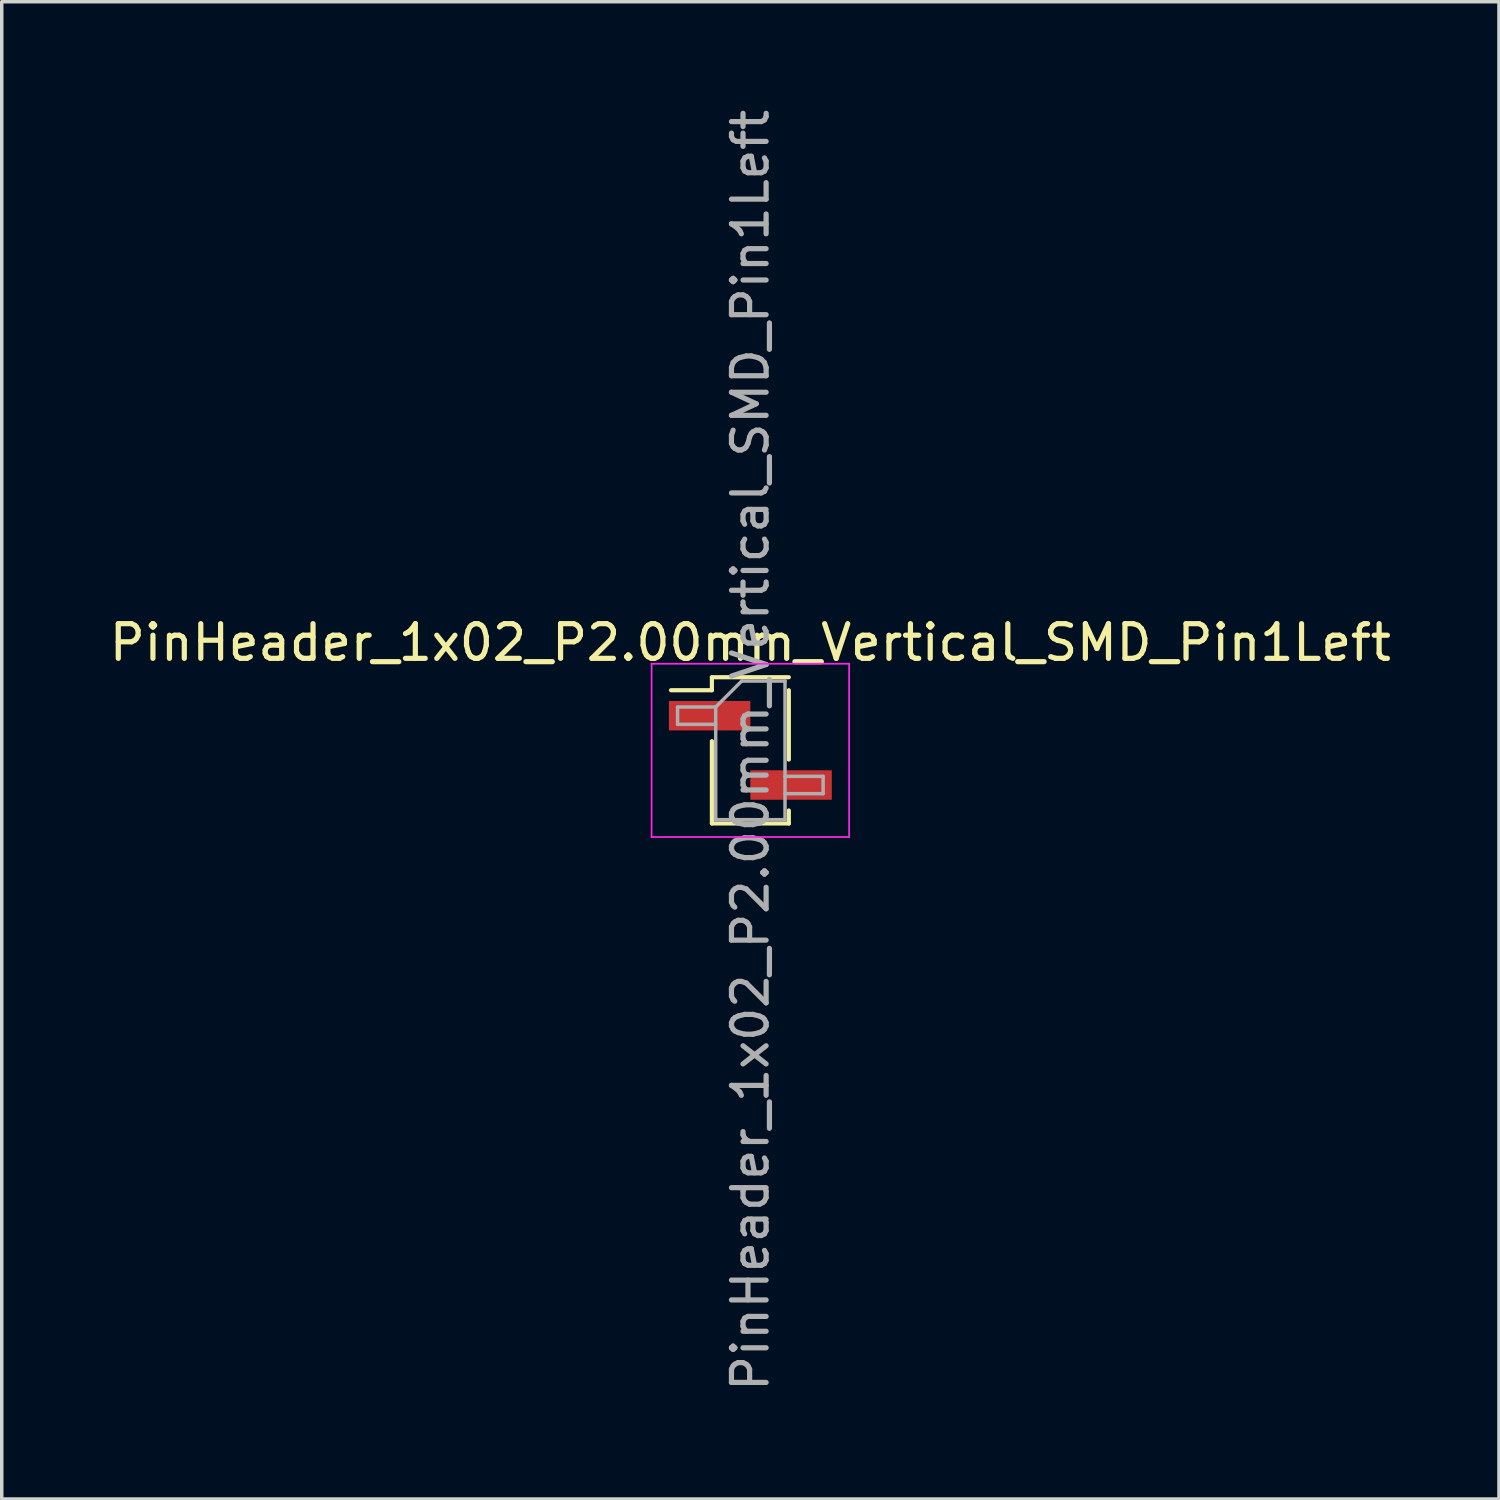
<source format=kicad_pcb>
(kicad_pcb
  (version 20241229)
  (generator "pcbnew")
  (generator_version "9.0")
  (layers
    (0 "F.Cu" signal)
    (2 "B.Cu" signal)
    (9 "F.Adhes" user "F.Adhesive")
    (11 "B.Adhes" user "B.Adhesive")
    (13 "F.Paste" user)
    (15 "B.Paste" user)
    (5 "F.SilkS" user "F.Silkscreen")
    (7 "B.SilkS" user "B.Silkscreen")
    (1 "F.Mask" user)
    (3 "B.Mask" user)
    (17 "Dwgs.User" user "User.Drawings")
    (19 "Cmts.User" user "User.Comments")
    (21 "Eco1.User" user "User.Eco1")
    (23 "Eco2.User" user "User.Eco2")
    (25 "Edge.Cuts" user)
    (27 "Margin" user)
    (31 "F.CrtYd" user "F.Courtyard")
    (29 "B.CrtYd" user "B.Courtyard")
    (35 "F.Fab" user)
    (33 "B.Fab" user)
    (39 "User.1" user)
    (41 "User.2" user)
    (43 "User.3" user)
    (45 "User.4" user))
  (footprint "PinHeader_1x02_P2.00mm_Vertical_SMD_Pin1Left"
    (layer "F.Cu")
    (at 18.601 18.601)
    (property "Reference" "PinHeader_1x02_P2.00mm_Vertical_SMD_Pin1Left" (at 0 -3.11 0) (layer "F.SilkS") (effects (font (size 1 1) (thickness 0.15))))
    (attr smd)
    (fp_line (start -1.11 -2.11) (end -1.11 -1.735) (stroke (width 0.12) (type solid)) (layer "F.SilkS"))
    (fp_line (start -1.11 -2.11) (end 1.11 -2.11) (stroke (width 0.12) (type solid)) (layer "F.SilkS"))
    (fp_line (start -1.11 -1.735) (end -2.29 -1.735) (stroke (width 0.12) (type solid)) (layer "F.SilkS"))
    (fp_line (start -1.11 -0.265) (end -1.11 2.11) (stroke (width 0.12) (type solid)) (layer "F.SilkS"))
    (fp_line (start -1.11 2.11) (end 1.11 2.11) (stroke (width 0.12) (type solid)) (layer "F.SilkS"))
    (fp_line (start 1.11 -1.735) (end 1.11 0.265) (stroke (width 0.12) (type solid)) (layer "F.SilkS"))
    (fp_line (start 1.11 1.735) (end 1.11 2.11) (stroke (width 0.12) (type solid)) (layer "F.SilkS"))
    (fp_line (start -2.85 -2.5) (end -2.85 2.5) (stroke (width 0.05) (type solid)) (layer "F.CrtYd"))
    (fp_line (start -2.85 2.5) (end 2.85 2.5) (stroke (width 0.05) (type solid)) (layer "F.CrtYd"))
    (fp_line (start 2.85 -2.5) (end -2.85 -2.5) (stroke (width 0.05) (type solid)) (layer "F.CrtYd"))
    (fp_line (start 2.85 2.5) (end 2.85 -2.5) (stroke (width 0.05) (type solid)) (layer "F.CrtYd"))
    (fp_line (start -2.1 -1.25) (end -2.1 -0.75) (stroke (width 0.1) (type solid)) (layer "F.Fab"))
    (fp_line (start -2.1 -0.75) (end -1 -0.75) (stroke (width 0.1) (type solid)) (layer "F.Fab"))
    (fp_line (start -1 -1.25) (end -2.1 -1.25) (stroke (width 0.1) (type solid)) (layer "F.Fab"))
    (fp_line (start -1 -1.25) (end -0.25 -2) (stroke (width 0.1) (type solid)) (layer "F.Fab"))
    (fp_line (start -1 2) (end -1 -1.25) (stroke (width 0.1) (type solid)) (layer "F.Fab"))
    (fp_line (start -0.25 -2) (end 1 -2) (stroke (width 0.1) (type solid)) (layer "F.Fab"))
    (fp_line (start 1 -2) (end 1 2) (stroke (width 0.1) (type solid)) (layer "F.Fab"))
    (fp_line (start 1 0.75) (end 2.1 0.75) (stroke (width 0.1) (type solid)) (layer "F.Fab"))
    (fp_line (start 1 2) (end -1 2) (stroke (width 0.1) (type solid)) (layer "F.Fab"))
    (fp_line (start 2.1 0.75) (end 2.1 1.25) (stroke (width 0.1) (type solid)) (layer "F.Fab"))
    (fp_line (start 2.1 1.25) (end 1 1.25) (stroke (width 0.1) (type solid)) (layer "F.Fab"))
    (fp_text user "${REFERENCE}" (at 0 0 90) (layer "F.Fab") (effects (font (size 1 1) (thickness 0.15))))
    (pad "1" smd rect (at -1.175 -1) (size 2.35 0.85) (layers "F.Cu" "F.Mask" "F.Paste"))
    (pad "2" smd rect (at 1.175 1) (size 2.35 0.85) (layers "F.Cu" "F.Mask" "F.Paste")))
  (gr_rect
    (start -3 -3)
    (end 40.202 40.202)
    (stroke (width 0.1) (type default))
    (fill no)
    (layer "Edge.Cuts")))
</source>
